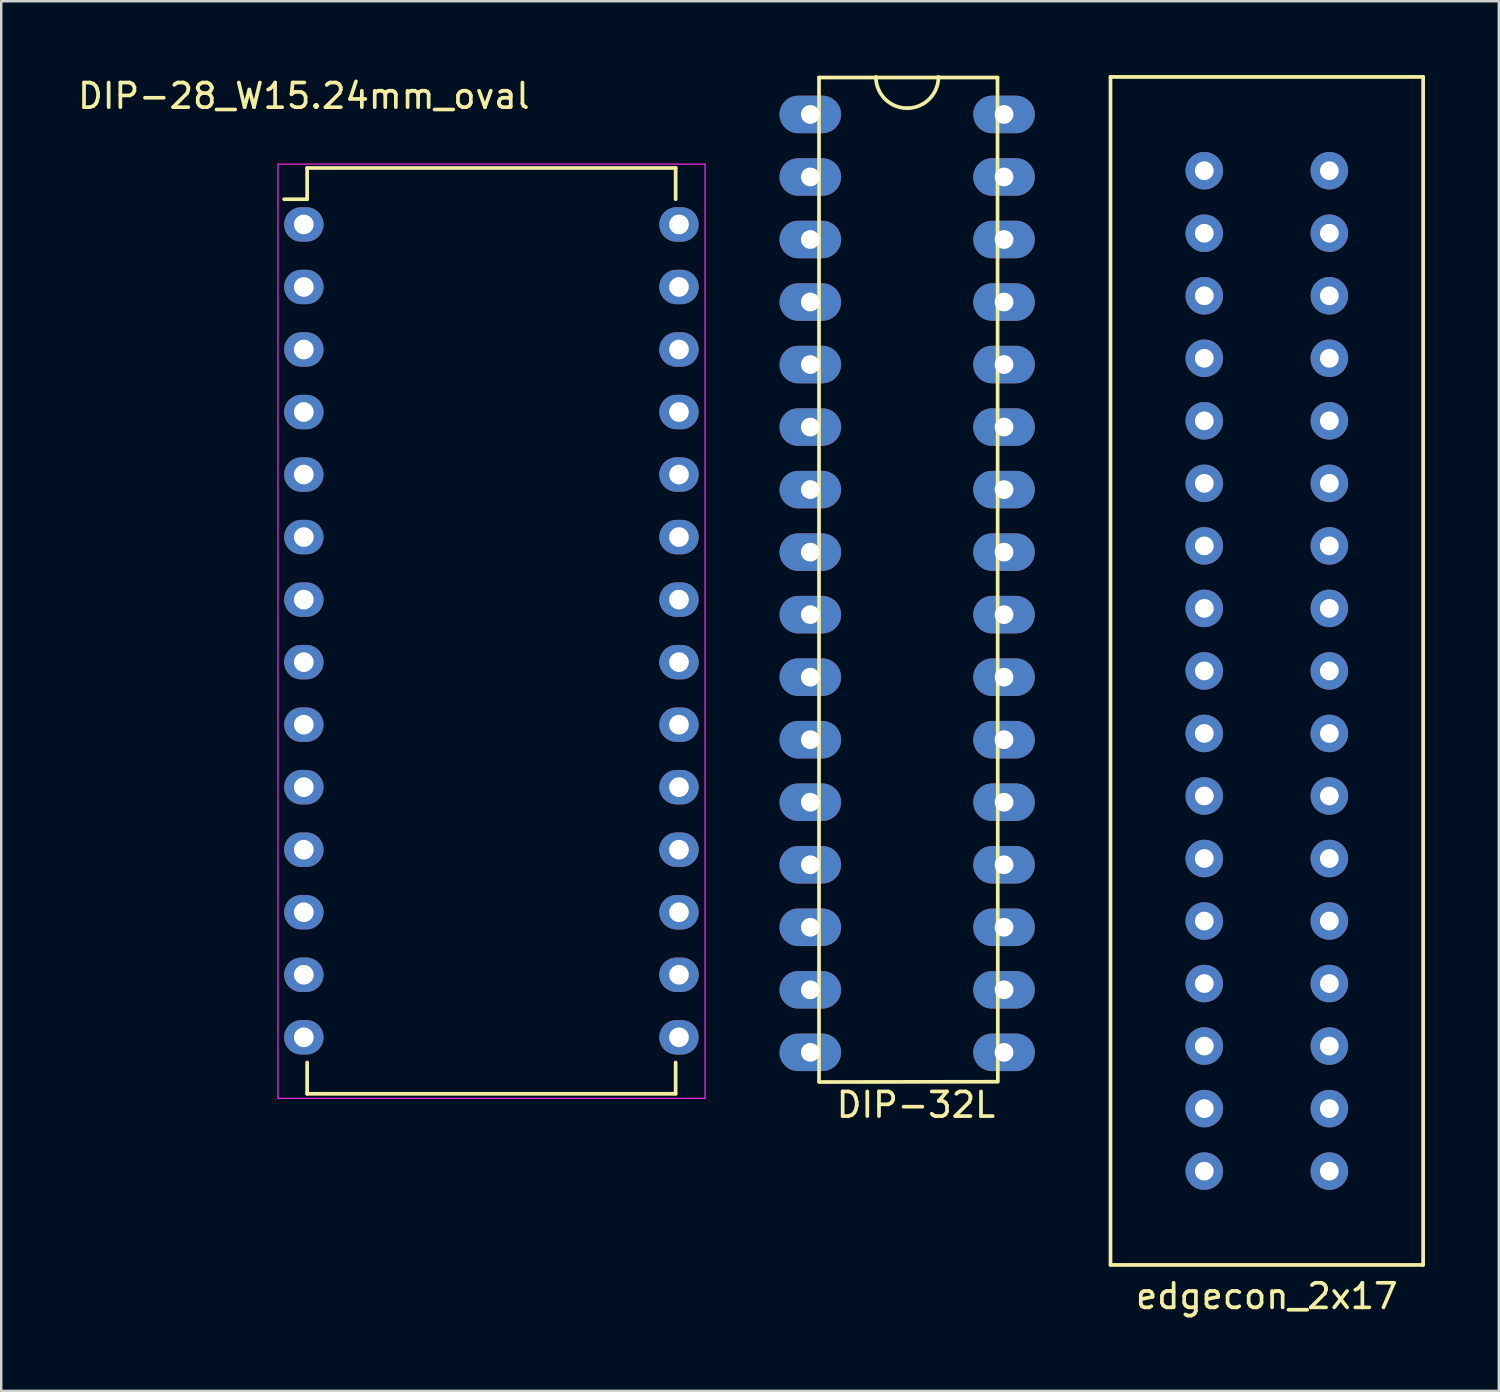
<source format=kicad_pcb>
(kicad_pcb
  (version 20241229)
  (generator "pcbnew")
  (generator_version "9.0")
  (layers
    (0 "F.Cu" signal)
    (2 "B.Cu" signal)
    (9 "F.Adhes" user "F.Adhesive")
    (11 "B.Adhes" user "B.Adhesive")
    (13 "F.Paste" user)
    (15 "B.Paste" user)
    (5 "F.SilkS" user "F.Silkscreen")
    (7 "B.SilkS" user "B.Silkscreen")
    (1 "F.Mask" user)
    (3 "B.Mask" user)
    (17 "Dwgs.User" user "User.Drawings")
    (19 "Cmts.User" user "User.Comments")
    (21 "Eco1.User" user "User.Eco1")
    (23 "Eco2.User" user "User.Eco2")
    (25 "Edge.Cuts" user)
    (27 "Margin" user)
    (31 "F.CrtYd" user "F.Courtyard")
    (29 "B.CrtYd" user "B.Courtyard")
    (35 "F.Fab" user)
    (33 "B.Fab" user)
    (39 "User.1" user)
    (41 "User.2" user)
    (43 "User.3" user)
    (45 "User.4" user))
  (footprint "DIP-28_W15.24mm_oval"
    (layer "F.Cu")
    (at 9.292 6.068)
    (property "Reference" "DIP-28_W15.24mm_oval" (at 0 -5.22 0) (layer "F.SilkS") (effects (font (size 1 1) (thickness 0.15))))
    (attr through_hole)
    (fp_line (start 0.135 -2.295) (end 0.135 -1.025) (stroke (width 0.15) (type solid)) (layer "F.SilkS"))
    (fp_line (start 0.135 -2.295) (end 15.105 -2.295) (stroke (width 0.15) (type solid)) (layer "F.SilkS"))
    (fp_line (start 0.135 -1.025) (end -0.8 -1.025) (stroke (width 0.15) (type solid)) (layer "F.SilkS"))
    (fp_line (start 0.135 35.315) (end 0.135 34.045) (stroke (width 0.15) (type solid)) (layer "F.SilkS"))
    (fp_line (start 0.135 35.315) (end 15.105 35.315) (stroke (width 0.15) (type solid)) (layer "F.SilkS"))
    (fp_line (start 15.105 -2.295) (end 15.105 -1.025) (stroke (width 0.15) (type solid)) (layer "F.SilkS"))
    (fp_line (start 15.105 35.315) (end 15.105 34.045) (stroke (width 0.15) (type solid)) (layer "F.SilkS"))
    (fp_line (start -1.05 -2.45) (end -1.05 35.5) (stroke (width 0.05) (type solid)) (layer "F.CrtYd"))
    (fp_line (start -1.05 -2.45) (end 16.3 -2.45) (stroke (width 0.05) (type solid)) (layer "F.CrtYd"))
    (fp_line (start -1.05 35.5) (end 16.3 35.5) (stroke (width 0.05) (type solid)) (layer "F.CrtYd"))
    (fp_line (start 16.3 -2.45) (end 16.3 35.5) (stroke (width 0.05) (type solid)) (layer "F.CrtYd"))
    (pad "1" thru_hole oval (at 0 0) (size 1.6 1.4) (drill 0.8) (layers "*.Cu" "*.Mask"))
    (pad "2" thru_hole oval (at 0 2.54) (size 1.6 1.4) (drill 0.8) (layers "*.Cu" "*.Mask"))
    (pad "3" thru_hole oval (at 0 5.08) (size 1.6 1.4) (drill 0.8) (layers "*.Cu" "*.Mask"))
    (pad "4" thru_hole oval (at 0 7.62) (size 1.6 1.4) (drill 0.8) (layers "*.Cu" "*.Mask"))
    (pad "5" thru_hole oval (at 0 10.16) (size 1.6 1.4) (drill 0.8) (layers "*.Cu" "*.Mask"))
    (pad "6" thru_hole oval (at 0 12.7) (size 1.6 1.4) (drill 0.8) (layers "*.Cu" "*.Mask"))
    (pad "7" thru_hole oval (at 0 15.24) (size 1.6 1.4) (drill 0.8) (layers "*.Cu" "*.Mask"))
    (pad "8" thru_hole oval (at 0 17.78) (size 1.6 1.4) (drill 0.8) (layers "*.Cu" "*.Mask"))
    (pad "9" thru_hole oval (at 0 20.32) (size 1.6 1.4) (drill 0.8) (layers "*.Cu" "*.Mask"))
    (pad "10" thru_hole oval (at 0 22.86) (size 1.6 1.4) (drill 0.8) (layers "*.Cu" "*.Mask"))
    (pad "11" thru_hole oval (at 0 25.4) (size 1.6 1.4) (drill 0.8) (layers "*.Cu" "*.Mask"))
    (pad "12" thru_hole oval (at 0 27.94) (size 1.6 1.4) (drill 0.8) (layers "*.Cu" "*.Mask"))
    (pad "13" thru_hole oval (at 0 30.48) (size 1.6 1.4) (drill 0.8) (layers "*.Cu" "*.Mask"))
    (pad "14" thru_hole oval (at 0 33.02) (size 1.6 1.4) (drill 0.8) (layers "*.Cu" "*.Mask"))
    (pad "15" thru_hole oval (at 15.24 33.02) (size 1.6 1.4) (drill 0.8) (layers "*.Cu" "*.Mask"))
    (pad "16" thru_hole oval (at 15.24 30.48) (size 1.6 1.4) (drill 0.8) (layers "*.Cu" "*.Mask"))
    (pad "17" thru_hole oval (at 15.24 27.94) (size 1.6 1.4) (drill 0.8) (layers "*.Cu" "*.Mask"))
    (pad "18" thru_hole oval (at 15.24 25.4) (size 1.6 1.4) (drill 0.8) (layers "*.Cu" "*.Mask"))
    (pad "19" thru_hole oval (at 15.24 22.86) (size 1.6 1.4) (drill 0.8) (layers "*.Cu" "*.Mask"))
    (pad "20" thru_hole oval (at 15.24 20.32) (size 1.6 1.4) (drill 0.8) (layers "*.Cu" "*.Mask"))
    (pad "21" thru_hole oval (at 15.24 17.78) (size 1.6 1.4) (drill 0.8) (layers "*.Cu" "*.Mask"))
    (pad "22" thru_hole oval (at 15.24 15.24) (size 1.6 1.4) (drill 0.8) (layers "*.Cu" "*.Mask"))
    (pad "23" thru_hole oval (at 15.24 12.7) (size 1.6 1.4) (drill 0.8) (layers "*.Cu" "*.Mask"))
    (pad "24" thru_hole oval (at 15.24 10.16) (size 1.6 1.4) (drill 0.8) (layers "*.Cu" "*.Mask"))
    (pad "25" thru_hole oval (at 15.24 7.62) (size 1.6 1.4) (drill 0.8) (layers "*.Cu" "*.Mask"))
    (pad "26" thru_hole oval (at 15.24 5.08) (size 1.6 1.4) (drill 0.8) (layers "*.Cu" "*.Mask"))
    (pad "27" thru_hole oval (at 15.24 2.54) (size 1.6 1.4) (drill 0.8) (layers "*.Cu" "*.Mask"))
    (pad "28" thru_hole oval (at 15.24 0) (size 1.6 1.4) (drill 0.8) (layers "*.Cu" "*.Mask")))
  (footprint "DIP-32L"
    (layer "F.Cu")
    (at 33.802 21.919)
    (property "Reference" "DIP-32L" (at 0.356 19.914 0) (layer "F.SilkS") (effects (font (size 1 1) (thickness 0.15))))
    (attr through_hole)
    (fp_line (start -3.581 -21.819) (end 3.67 -21.819) (stroke (width 0.15) (type solid)) (layer "F.SilkS"))
    (fp_line (start -3.581 18.936) (end -3.581 -21.819) (stroke (width 0.15) (type solid)) (layer "F.SilkS"))
    (fp_line (start 3.67 -21.819) (end 3.683 18.923) (stroke (width 0.15) (type solid)) (layer "F.SilkS"))
    (fp_line (start 3.683 18.974) (end -3.581 18.986) (stroke (width 0.15) (type solid)) (layer "F.SilkS"))
    (fp_arc (start 0 -20.574) (mid -0.898026 -20.945974) (end -1.27 -21.844) (stroke (width 0.15) (type solid)) (layer "F.SilkS"))
    (fp_arc (start 1.27 -21.844) (mid 0.898026 -20.945974) (end 0 -20.574) (stroke (width 0.15) (type solid)) (layer "F.SilkS"))
    (pad "1" thru_hole oval (at -3.935 -20.32) (size 2.5 1.524) (drill 0.762) (layers "*.Cu" "*.Mask"))
    (pad "2" thru_hole oval (at -3.935 -17.78) (size 2.5 1.524) (drill 0.762) (layers "*.Cu" "*.Mask"))
    (pad "3" thru_hole oval (at -3.935 -15.24) (size 2.5 1.524) (drill 0.762) (layers "*.Cu" "*.Mask"))
    (pad "4" thru_hole oval (at -3.935 -12.7) (size 2.5 1.524) (drill 0.762) (layers "*.Cu" "*.Mask"))
    (pad "5" thru_hole oval (at -3.935 -10.16) (size 2.5 1.524) (drill 0.762) (layers "*.Cu" "*.Mask"))
    (pad "6" thru_hole oval (at -3.935 -7.62) (size 2.5 1.524) (drill 0.762) (layers "*.Cu" "*.Mask"))
    (pad "7" thru_hole oval (at -3.935 -5.08) (size 2.5 1.524) (drill 0.762) (layers "*.Cu" "*.Mask"))
    (pad "8" thru_hole oval (at -3.935 -2.54) (size 2.5 1.524) (drill 0.762) (layers "*.Cu" "*.Mask"))
    (pad "9" thru_hole oval (at -3.935 0) (size 2.5 1.524) (drill 0.762) (layers "*.Cu" "*.Mask"))
    (pad "10" thru_hole oval (at -3.935 2.54) (size 2.5 1.524) (drill 0.762) (layers "*.Cu" "*.Mask"))
    (pad "11" thru_hole oval (at -3.935 5.08) (size 2.5 1.524) (drill 0.762) (layers "*.Cu" "*.Mask"))
    (pad "12" thru_hole oval (at -3.935 7.62) (size 2.5 1.524) (drill 0.762) (layers "*.Cu" "*.Mask"))
    (pad "13" thru_hole oval (at -3.935 10.16) (size 2.5 1.524) (drill 0.762) (layers "*.Cu" "*.Mask"))
    (pad "14" thru_hole oval (at -3.935 12.7) (size 2.5 1.524) (drill 0.762) (layers "*.Cu" "*.Mask"))
    (pad "15" thru_hole oval (at -3.935 15.24) (size 2.5 1.524) (drill 0.762) (layers "*.Cu" "*.Mask"))
    (pad "16" thru_hole oval (at -3.935 17.78) (size 2.5 1.524) (drill 0.762) (layers "*.Cu" "*.Mask"))
    (pad "17" thru_hole oval (at 3.935 17.78) (size 2.5 1.524) (drill 0.762) (layers "*.Cu" "*.Mask"))
    (pad "18" thru_hole oval (at 3.935 15.24) (size 2.5 1.524) (drill 0.762) (layers "*.Cu" "*.Mask"))
    (pad "19" thru_hole oval (at 3.935 12.7) (size 2.5 1.524) (drill 0.762) (layers "*.Cu" "*.Mask"))
    (pad "20" thru_hole oval (at 3.935 10.16) (size 2.5 1.524) (drill 0.762) (layers "*.Cu" "*.Mask"))
    (pad "21" thru_hole oval (at 3.935 7.62) (size 2.5 1.524) (drill 0.762) (layers "*.Cu" "*.Mask"))
    (pad "22" thru_hole oval (at 3.935 5.08) (size 2.5 1.524) (drill 0.762) (layers "*.Cu" "*.Mask"))
    (pad "23" thru_hole oval (at 3.935 2.54) (size 2.5 1.524) (drill 0.762) (layers "*.Cu" "*.Mask"))
    (pad "24" thru_hole oval (at 3.935 0) (size 2.5 1.524) (drill 0.762) (layers "*.Cu" "*.Mask"))
    (pad "25" thru_hole oval (at 3.935 -2.54) (size 2.5 1.524) (drill 0.762) (layers "*.Cu" "*.Mask"))
    (pad "26" thru_hole oval (at 3.935 -5.08) (size 2.5 1.524) (drill 0.762) (layers "*.Cu" "*.Mask"))
    (pad "27" thru_hole oval (at 3.935 -7.62) (size 2.5 1.524) (drill 0.762) (layers "*.Cu" "*.Mask"))
    (pad "28" thru_hole oval (at 3.935 -10.16) (size 2.5 1.524) (drill 0.762) (layers "*.Cu" "*.Mask"))
    (pad "29" thru_hole oval (at 3.935 -12.7) (size 2.5 1.524) (drill 0.762) (layers "*.Cu" "*.Mask"))
    (pad "30" thru_hole oval (at 3.935 -15.24) (size 2.5 1.524) (drill 0.762) (layers "*.Cu" "*.Mask"))
    (pad "31" thru_hole oval (at 3.935 -17.78) (size 2.5 1.524) (drill 0.762) (layers "*.Cu" "*.Mask"))
    (pad "32" thru_hole oval (at 3.935 -20.32) (size 2.5 1.524) (drill 0.762) (layers "*.Cu" "*.Mask")))
  (footprint "edgecon_2x17"
    (layer "F.Cu")
    (at 48.412 24.205)
    (property "Reference" "edgecon_2x17" (at 0 25.4 0) (layer "F.SilkS") (effects (font (size 1 1) (thickness 0.15))))
    (attr through_hole)
    (fp_line (start -6.35 -24.13) (end 6.35 -24.13) (stroke (width 0.15) (type solid)) (layer "F.SilkS"))
    (fp_line (start -6.35 24.13) (end -6.35 -24.13) (stroke (width 0.15) (type solid)) (layer "F.SilkS"))
    (fp_line (start 6.35 -24.13) (end 6.35 24.13) (stroke (width 0.15) (type solid)) (layer "F.SilkS"))
    (fp_line (start 6.35 24.13) (end -6.35 24.13) (stroke (width 0.15) (type solid)) (layer "F.SilkS"))
    (pad "1" thru_hole circle (at -2.54 -20.32) (size 1.524 1.524) (drill 0.762) (layers "*.Cu" "*.Mask"))
    (pad "2" thru_hole circle (at 2.54 -20.32) (size 1.524 1.524) (drill 0.762) (layers "*.Cu" "*.Mask"))
    (pad "3" thru_hole circle (at -2.54 -17.78) (size 1.524 1.524) (drill 0.762) (layers "*.Cu" "*.Mask"))
    (pad "4" thru_hole circle (at 2.54 -17.78) (size 1.524 1.524) (drill 0.762) (layers "*.Cu" "*.Mask"))
    (pad "5" thru_hole circle (at -2.54 -15.24) (size 1.524 1.524) (drill 0.762) (layers "*.Cu" "*.Mask"))
    (pad "6" thru_hole circle (at 2.54 -15.24) (size 1.524 1.524) (drill 0.762) (layers "*.Cu" "*.Mask"))
    (pad "7" thru_hole circle (at -2.54 -12.7) (size 1.524 1.524) (drill 0.762) (layers "*.Cu" "*.Mask"))
    (pad "8" thru_hole circle (at 2.54 -12.7) (size 1.524 1.524) (drill 0.762) (layers "*.Cu" "*.Mask"))
    (pad "9" thru_hole circle (at -2.54 -10.16) (size 1.524 1.524) (drill 0.762) (layers "*.Cu" "*.Mask"))
    (pad "10" thru_hole circle (at 2.54 -10.16) (size 1.524 1.524) (drill 0.762) (layers "*.Cu" "*.Mask"))
    (pad "11" thru_hole circle (at -2.54 -7.62) (size 1.524 1.524) (drill 0.762) (layers "*.Cu" "*.Mask"))
    (pad "12" thru_hole circle (at 2.54 -7.62) (size 1.524 1.524) (drill 0.762) (layers "*.Cu" "*.Mask"))
    (pad "13" thru_hole circle (at -2.54 -5.08) (size 1.524 1.524) (drill 0.762) (layers "*.Cu" "*.Mask"))
    (pad "14" thru_hole circle (at 2.54 -5.08) (size 1.524 1.524) (drill 0.762) (layers "*.Cu" "*.Mask"))
    (pad "15" thru_hole circle (at -2.54 -2.54) (size 1.524 1.524) (drill 0.762) (layers "*.Cu" "*.Mask"))
    (pad "16" thru_hole circle (at 2.54 -2.54) (size 1.524 1.524) (drill 0.762) (layers "*.Cu" "*.Mask"))
    (pad "17" thru_hole circle (at -2.54 0) (size 1.524 1.524) (drill 0.762) (layers "*.Cu" "*.Mask"))
    (pad "18" thru_hole circle (at 2.54 0) (size 1.524 1.524) (drill 0.762) (layers "*.Cu" "*.Mask"))
    (pad "19" thru_hole circle (at -2.54 2.54) (size 1.524 1.524) (drill 0.762) (layers "*.Cu" "*.Mask"))
    (pad "20" thru_hole circle (at 2.54 2.54) (size 1.524 1.524) (drill 0.762) (layers "*.Cu" "*.Mask"))
    (pad "21" thru_hole circle (at -2.54 5.08) (size 1.524 1.524) (drill 0.762) (layers "*.Cu" "*.Mask"))
    (pad "22" thru_hole circle (at 2.54 5.08) (size 1.524 1.524) (drill 0.762) (layers "*.Cu" "*.Mask"))
    (pad "23" thru_hole circle (at -2.54 7.62) (size 1.524 1.524) (drill 0.762) (layers "*.Cu" "*.Mask"))
    (pad "24" thru_hole circle (at 2.54 7.62) (size 1.524 1.524) (drill 0.762) (layers "*.Cu" "*.Mask"))
    (pad "25" thru_hole circle (at -2.54 10.16) (size 1.524 1.524) (drill 0.762) (layers "*.Cu" "*.Mask"))
    (pad "26" thru_hole circle (at 2.54 10.16) (size 1.524 1.524) (drill 0.762) (layers "*.Cu" "*.Mask"))
    (pad "27" thru_hole circle (at -2.54 12.7) (size 1.524 1.524) (drill 0.762) (layers "*.Cu" "*.Mask"))
    (pad "28" thru_hole circle (at 2.54 12.7) (size 1.524 1.524) (drill 0.762) (layers "*.Cu" "*.Mask"))
    (pad "29" thru_hole circle (at -2.54 15.24) (size 1.524 1.524) (drill 0.762) (layers "*.Cu" "*.Mask"))
    (pad "30" thru_hole circle (at 2.54 15.24) (size 1.524 1.524) (drill 0.762) (layers "*.Cu" "*.Mask"))
    (pad "31" thru_hole circle (at -2.54 17.78) (size 1.524 1.524) (drill 0.762) (layers "*.Cu" "*.Mask"))
    (pad "32" thru_hole circle (at 2.54 17.78) (size 1.524 1.524) (drill 0.762) (layers "*.Cu" "*.Mask"))
    (pad "33" thru_hole circle (at -2.54 20.32) (size 1.524 1.524) (drill 0.762) (layers "*.Cu" "*.Mask"))
    (pad "34" thru_hole circle (at 2.54 20.32) (size 1.524 1.524) (drill 0.762) (layers "*.Cu" "*.Mask")))
  (gr_rect
    (start -3 -3)
    (end 57.837 53.453)
    (stroke (width 0.1) (type default))
    (fill no)
    (layer "Edge.Cuts")))
</source>
